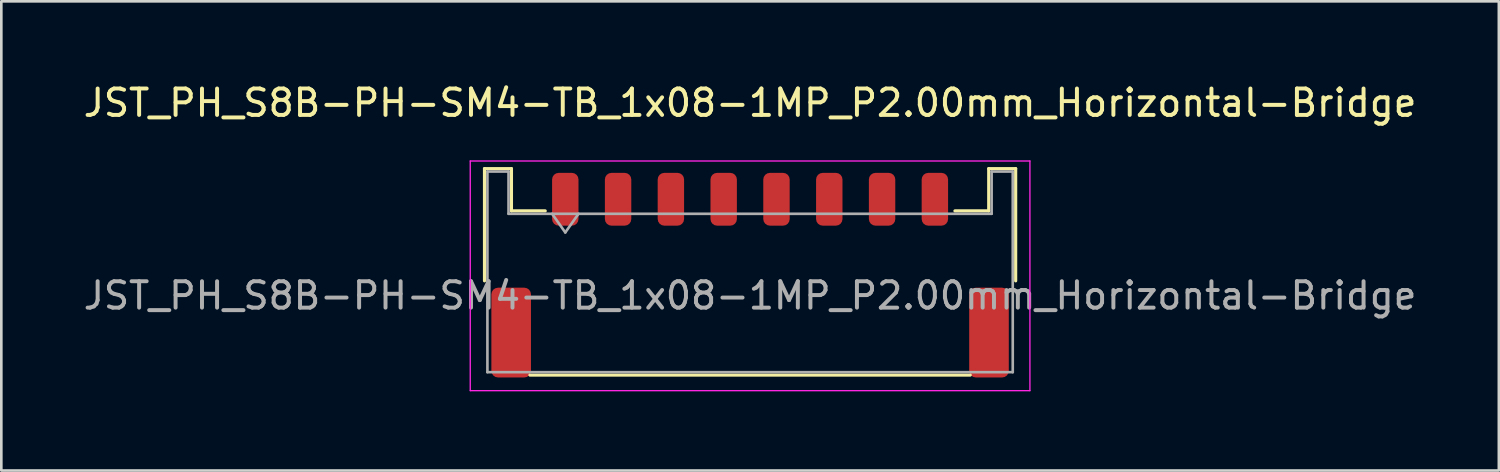
<source format=kicad_pcb>
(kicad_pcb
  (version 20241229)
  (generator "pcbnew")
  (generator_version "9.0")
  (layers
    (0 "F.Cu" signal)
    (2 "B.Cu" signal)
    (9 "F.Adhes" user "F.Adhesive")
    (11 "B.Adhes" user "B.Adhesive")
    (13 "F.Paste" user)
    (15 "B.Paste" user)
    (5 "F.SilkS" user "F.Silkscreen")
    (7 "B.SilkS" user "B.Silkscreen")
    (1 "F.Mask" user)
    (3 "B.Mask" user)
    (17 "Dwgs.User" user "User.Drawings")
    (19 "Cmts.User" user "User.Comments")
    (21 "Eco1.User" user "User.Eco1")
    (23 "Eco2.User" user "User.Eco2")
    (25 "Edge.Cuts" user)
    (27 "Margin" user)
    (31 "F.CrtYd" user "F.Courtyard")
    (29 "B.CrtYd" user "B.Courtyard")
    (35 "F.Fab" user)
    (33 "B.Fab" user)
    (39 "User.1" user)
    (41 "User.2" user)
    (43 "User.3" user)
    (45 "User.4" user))
  (footprint "JST_PH_S8B-PH-SM4-TB_1x08-1MP_P2.00mm_Horizontal-Bridge"
    (layer "F.Cu")
    (at 25.363 7.398)
    (property "Reference" "JST_PH_S8B-PH-SM4-TB_1x08-1MP_P2.00mm_Horizontal-Bridge" (at 0 -6.55 0) (layer "F.SilkS") (effects (font (size 1 1) (thickness 0.15))))
    (attr smd)
    (fp_line (start -10.06 -4.06) (end -9.04 -4.06) (stroke (width 0.12) (type solid)) (layer "F.SilkS"))
    (fp_line (start -10.06 0.19) (end -10.06 -4.06) (stroke (width 0.12) (type solid)) (layer "F.SilkS"))
    (fp_line (start -9.04 -4.06) (end -9.04 -2.46) (stroke (width 0.12) (type solid)) (layer "F.SilkS"))
    (fp_line (start -9.04 -2.46) (end -7.76 -2.46) (stroke (width 0.12) (type solid)) (layer "F.SilkS"))
    (fp_line (start -8.34 3.76) (end 8.34 3.76) (stroke (width 0.12) (type solid)) (layer "F.SilkS"))
    (fp_line (start 9.04 -4.06) (end 9.04 -2.46) (stroke (width 0.12) (type solid)) (layer "F.SilkS"))
    (fp_line (start 9.04 -2.46) (end 7.76 -2.46) (stroke (width 0.12) (type solid)) (layer "F.SilkS"))
    (fp_line (start 10.06 -4.06) (end 9.04 -4.06) (stroke (width 0.12) (type solid)) (layer "F.SilkS"))
    (fp_line (start 10.06 0.19) (end 10.06 -4.06) (stroke (width 0.12) (type solid)) (layer "F.SilkS"))
    (fp_line (start -10.6 -4.35) (end -10.6 4.35) (stroke (width 0.05) (type solid)) (layer "F.CrtYd"))
    (fp_line (start -10.6 4.35) (end 10.6 4.35) (stroke (width 0.05) (type solid)) (layer "F.CrtYd"))
    (fp_line (start 10.6 -4.35) (end -10.6 -4.35) (stroke (width 0.05) (type solid)) (layer "F.CrtYd"))
    (fp_line (start 10.6 4.35) (end 10.6 -4.35) (stroke (width 0.05) (type solid)) (layer "F.CrtYd"))
    (fp_line (start -9.95 -3.95) (end -9.95 3.65) (stroke (width 0.1) (type solid)) (layer "F.Fab"))
    (fp_line (start -9.95 -3.95) (end -9.15 -3.95) (stroke (width 0.1) (type solid)) (layer "F.Fab"))
    (fp_line (start -9.95 3.65) (end 9.95 3.65) (stroke (width 0.1) (type solid)) (layer "F.Fab"))
    (fp_line (start -9.15 -3.95) (end -9.15 -2.35) (stroke (width 0.1) (type solid)) (layer "F.Fab"))
    (fp_line (start -9.15 -2.35) (end 9.15 -2.35) (stroke (width 0.1) (type solid)) (layer "F.Fab"))
    (fp_line (start -7.5 -2.35) (end -7 -1.643) (stroke (width 0.1) (type solid)) (layer "F.Fab"))
    (fp_line (start -7 -1.643) (end -6.5 -2.35) (stroke (width 0.1) (type solid)) (layer "F.Fab"))
    (fp_line (start 9.15 -3.95) (end 9.95 -3.95) (stroke (width 0.1) (type solid)) (layer "F.Fab"))
    (fp_line (start 9.15 -2.35) (end 9.15 -3.95) (stroke (width 0.1) (type solid)) (layer "F.Fab"))
    (fp_line (start 9.95 -3.95) (end 9.95 3.65) (stroke (width 0.1) (type solid)) (layer "F.Fab"))
    (fp_text user "${REFERENCE}" (at 0 0.75 0) (layer "F.Fab") (effects (font (size 1 1) (thickness 0.15))))
    (pad "1" smd roundrect (at -7 -2.9) (size 1 2) (layers "F.Cu" "F.Mask" "F.Paste") (roundrect_rratio 0.25))
    (pad "2" smd roundrect (at -5 -2.9) (size 1 2) (layers "F.Cu" "F.Mask" "F.Paste") (roundrect_rratio 0.25))
    (pad "3" smd roundrect (at -3 -2.9) (size 1 2) (layers "F.Cu" "F.Mask" "F.Paste") (roundrect_rratio 0.25))
    (pad "4" smd roundrect (at -1 -2.9) (size 1 2) (layers "F.Cu" "F.Mask" "F.Paste") (roundrect_rratio 0.25))
    (pad "5" smd roundrect (at 1 -2.9) (size 1 2) (layers "F.Cu" "F.Mask" "F.Paste") (roundrect_rratio 0.25))
    (pad "6" smd roundrect (at 3 -2.9) (size 1 2) (layers "F.Cu" "F.Mask" "F.Paste") (roundrect_rratio 0.25))
    (pad "7" smd roundrect (at 5 -2.9) (size 1 2) (layers "F.Cu" "F.Mask" "F.Paste") (roundrect_rratio 0.25))
    (pad "8" smd roundrect (at 7 -2.9) (size 1 2) (layers "F.Cu" "F.Mask" "F.Paste") (roundrect_rratio 0.25))
    (pad "9" smd roundrect (at -9.05 2.15) (size 1.5 3.4) (layers "F.Cu" "F.Mask" "F.Paste") (roundrect_rratio 0.167))
    (pad "9" smd roundrect (at 9.05 2.15) (size 1.5 3.4) (layers "F.Cu" "F.Mask" "F.Paste") (roundrect_rratio 0.167)))
  (gr_rect
    (start -3 -3)
    (end 53.726 14.773)
    (stroke (width 0.1) (type default))
    (fill no)
    (layer "Edge.Cuts")))
</source>
